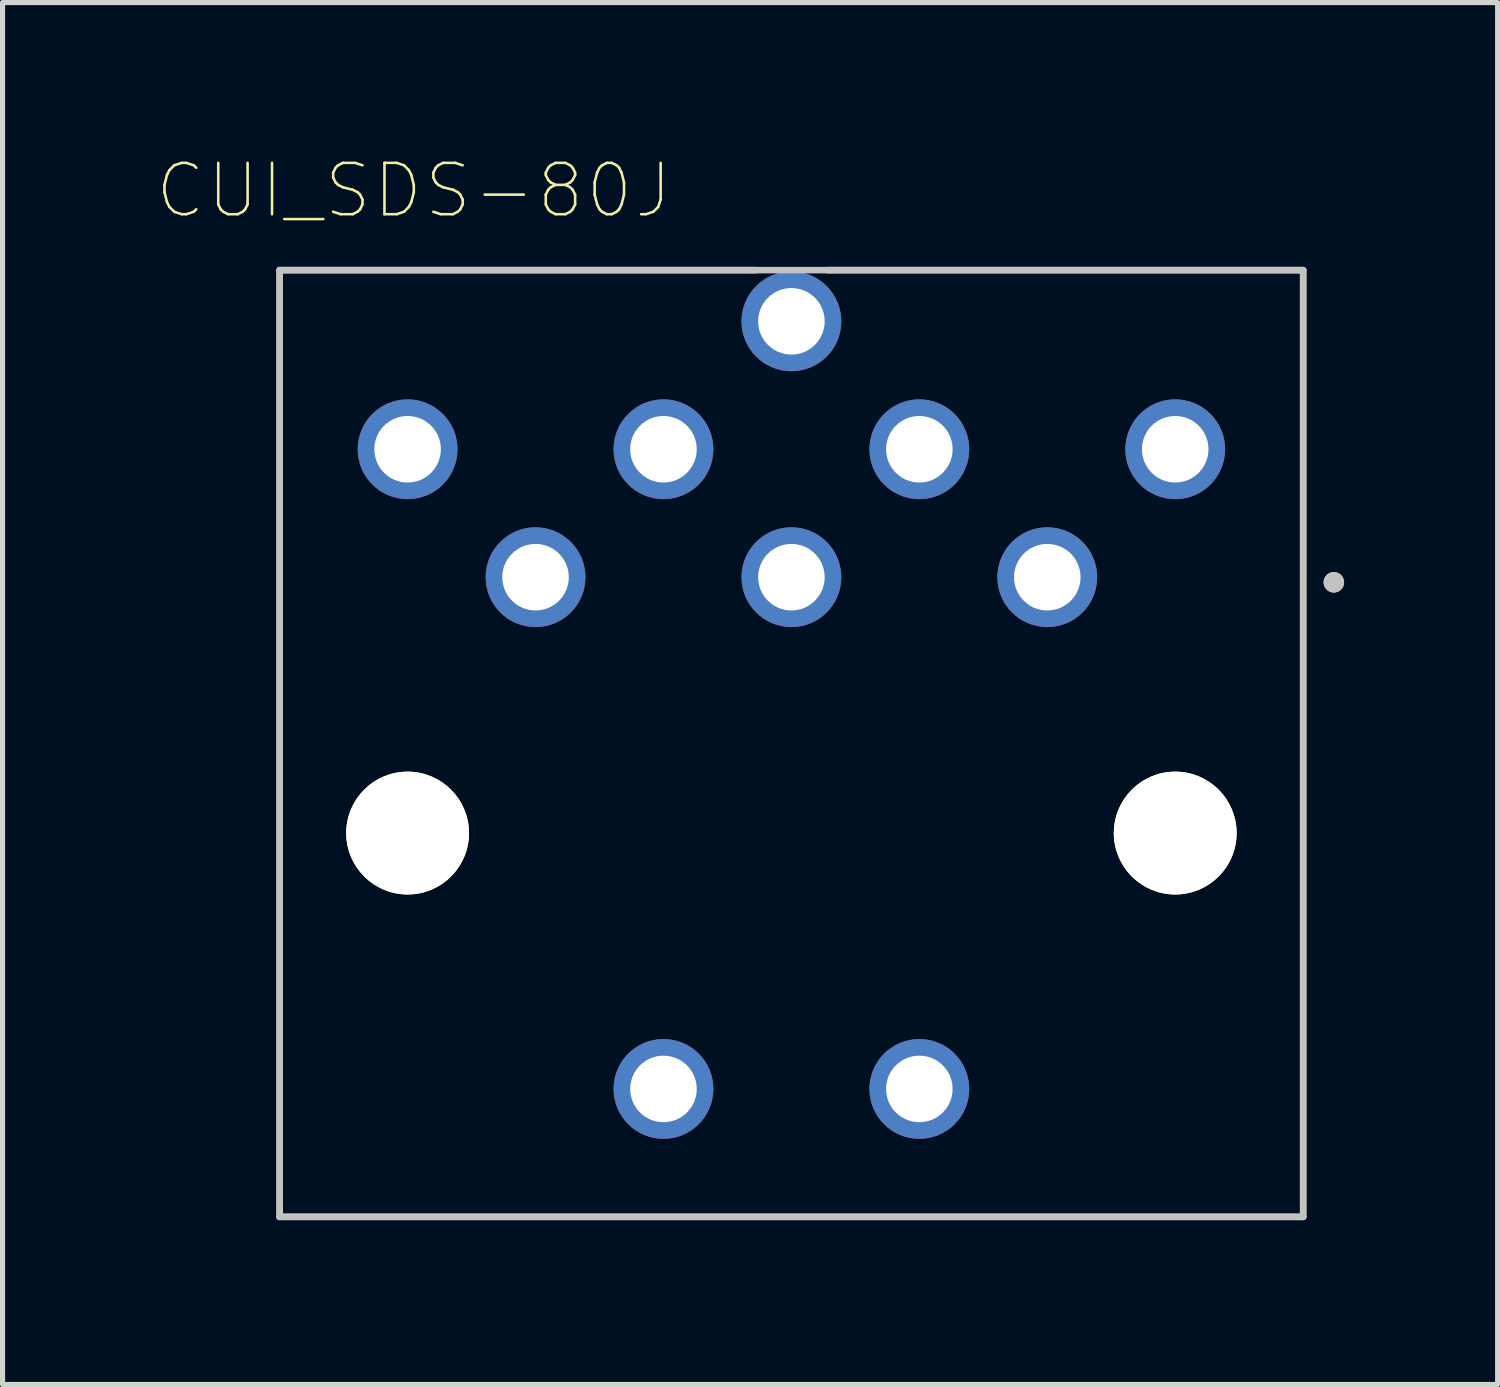
<source format=kicad_pcb>
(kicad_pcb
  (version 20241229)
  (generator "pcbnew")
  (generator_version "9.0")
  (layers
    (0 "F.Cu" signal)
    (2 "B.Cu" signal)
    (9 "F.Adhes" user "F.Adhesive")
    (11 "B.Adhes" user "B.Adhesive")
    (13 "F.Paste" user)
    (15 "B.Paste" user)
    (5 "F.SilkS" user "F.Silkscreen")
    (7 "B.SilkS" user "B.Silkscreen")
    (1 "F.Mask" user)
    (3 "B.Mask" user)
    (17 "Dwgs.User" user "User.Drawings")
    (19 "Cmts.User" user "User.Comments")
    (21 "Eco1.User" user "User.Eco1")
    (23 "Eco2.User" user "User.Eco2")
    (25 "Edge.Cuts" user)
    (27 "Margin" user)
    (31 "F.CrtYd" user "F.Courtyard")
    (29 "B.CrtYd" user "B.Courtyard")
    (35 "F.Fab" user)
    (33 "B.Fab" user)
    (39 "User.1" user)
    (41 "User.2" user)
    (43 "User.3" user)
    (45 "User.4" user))
  (footprint "CUI_SDS-80J"
    (layer "F.Cu")
    (at 12.415 8.229)
    (property "Reference" "CUI_SDS-80J" (at -7.379 -7.555 0) (layer "F.SilkS") (effects (font (size 1.003 1.003) (thickness 0.05))))
    (attr through_hole exclude_from_pos_files)
    (fp_line (start -10 -6) (end -10 12.5) (stroke (width 0.127) (type solid)) (layer "F.SilkS"))
    (fp_line (start -10 -6) (end -0.7 -6) (stroke (width 0.127) (type solid)) (layer "F.SilkS"))
    (fp_line (start -10 12.5) (end 10 12.5) (stroke (width 0.127) (type solid)) (layer "F.SilkS"))
    (fp_line (start 10 -6) (end 0.7 -6) (stroke (width 0.127) (type solid)) (layer "F.SilkS"))
    (fp_line (start 10 12.5) (end 10 -6) (stroke (width 0.127) (type solid)) (layer "F.SilkS"))
    (fp_circle (center 10.6 0.1) (end 10.7 0.1) (stroke (width 0.2) (type solid)) (fill no) (layer "F.SilkS"))
    (fp_line (start -10 -6) (end -10 12.5) (stroke (width 0.127) (type solid)) (layer "Dwgs.User"))
    (fp_line (start -10 12.5) (end 10 12.5) (stroke (width 0.127) (type solid)) (layer "Dwgs.User"))
    (fp_line (start 10 -6) (end -10 -6) (stroke (width 0.127) (type solid)) (layer "Dwgs.User"))
    (fp_line (start 10 12.5) (end 10 -6) (stroke (width 0.127) (type solid)) (layer "Dwgs.User"))
    (fp_circle (center 10.6 0.1) (end 10.7 0.1) (stroke (width 0.2) (type solid)) (fill no) (layer "Dwgs.User"))
    (fp_line (start -10.25 -6.25) (end 10.25 -6.25) (stroke (width 0.05) (type solid)) (layer "Eco1.User"))
    (fp_line (start -10.25 12.75) (end -10.25 -6.25) (stroke (width 0.05) (type solid)) (layer "Eco1.User"))
    (fp_line (start 10.25 -6.25) (end 10.25 12.75) (stroke (width 0.05) (type solid)) (layer "Eco1.User"))
    (fp_line (start 10.25 12.75) (end -10.25 12.75) (stroke (width 0.05) (type solid)) (layer "Eco1.User"))
    (pad "" np_thru_hole circle (at -7.5 5) (size 2.4 2.4) (drill 2.4) (layers "*.Cu" "*.Mask" "F.SilkS"))
    (pad "" np_thru_hole circle (at 7.5 5) (size 2.4 2.4) (drill 2.4) (layers "*.Cu" "*.Mask" "F.SilkS"))
    (pad "1" thru_hole circle (at 5 0) (size 1.95 1.95) (drill 1.3) (layers "*.Cu" "*.Mask"))
    (pad "2" thru_hole circle (at 0 0) (size 1.95 1.95) (drill 1.3) (layers "*.Cu" "*.Mask"))
    (pad "3" thru_hole circle (at -5 0) (size 1.95 1.95) (drill 1.3) (layers "*.Cu" "*.Mask"))
    (pad "4" thru_hole circle (at 2.5 -2.5) (size 1.95 1.95) (drill 1.3) (layers "*.Cu" "*.Mask"))
    (pad "5" thru_hole circle (at -2.5 -2.5) (size 1.95 1.95) (drill 1.3) (layers "*.Cu" "*.Mask"))
    (pad "6" thru_hole circle (at 7.5 -2.5) (size 1.95 1.95) (drill 1.3) (layers "*.Cu" "*.Mask"))
    (pad "7" thru_hole circle (at -7.5 -2.5) (size 1.95 1.95) (drill 1.3) (layers "*.Cu" "*.Mask"))
    (pad "8" thru_hole circle (at 0 -5) (size 1.95 1.95) (drill 1.3) (layers "*.Cu" "*.Mask"))
    (pad "S1" thru_hole circle (at -2.5 10) (size 1.95 1.95) (drill 1.3) (layers "*.Cu" "*.Mask"))
    (pad "S2" thru_hole circle (at 2.5 10) (size 1.95 1.95) (drill 1.3) (layers "*.Cu" "*.Mask")))
  (gr_rect
    (start -3 -3)
    (end 26.215 24.004)
    (stroke (width 0.1) (type default))
    (fill no)
    (layer "Edge.Cuts")))
</source>
